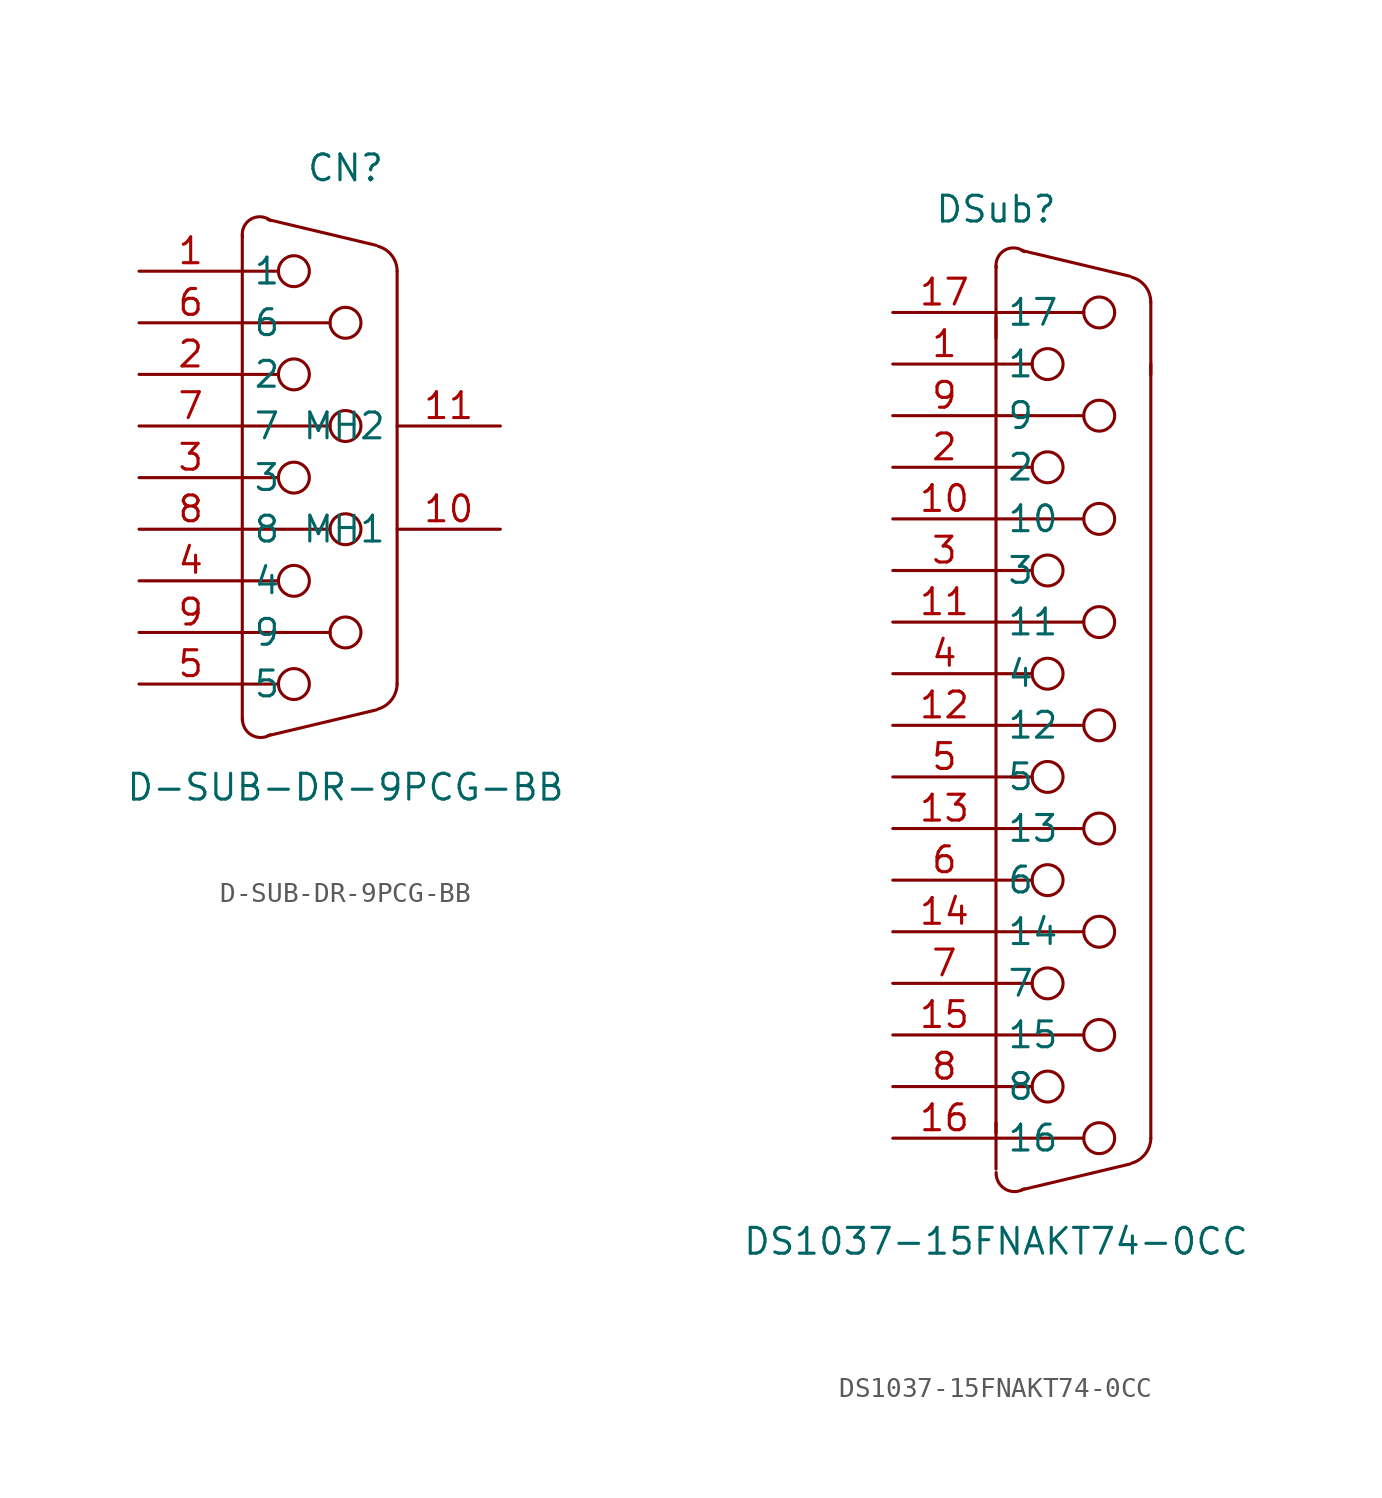
<source format=kicad_sym>
(kicad_symbol_lib
  (version 20211014)
  (generator https://github.com/uPesy/easyeda2kicad.py)
  (symbol "D-SUB-DR-9PCG-BB"
    (property "Reference" "CN"
      (at 0 15.24 0)
      (effects (font (size 1.27 1.27))))
    (property "Value" "D-SUB-DR-9PCG-BB"
      (at 0 -15.24 0)
      (effects (font (size 1.27 1.27))))
    (symbol "D-SUB-DR-9PCG-BB_0_1"
      (circle (center 0.00 -7.62) (radius 0.76) (stroke (width 0) (type default) (color 0 0 0 0)) (fill (type none)))
      (circle (center 0.00 -2.54) (radius 0.76) (stroke (width 0) (type default) (color 0 0 0 0)) (fill (type none)))
      (circle (center 0.00 2.54) (radius 0.76) (stroke (width 0) (type default) (color 0 0 0 0)) (fill (type none)))
      (circle (center 0.00 7.62) (radius 0.76) (stroke (width 0) (type default) (color 0 0 0 0)) (fill (type none)))
      (circle (center -2.54 -10.16) (radius 0.76) (stroke (width 0) (type default) (color 0 0 0 0)) (fill (type none)))
      (circle (center -2.54 -5.08) (radius 0.76) (stroke (width 0) (type default) (color 0 0 0 0)) (fill (type none)))
      (circle (center -2.54 -0.00) (radius 0.76) (stroke (width 0) (type default) (color 0 0 0 0)) (fill (type none)))
      (circle (center -2.54 5.08) (radius 0.76) (stroke (width 0) (type default) (color 0 0 0 0)) (fill (type none)))
      (circle (center -2.54 10.16) (radius 0.76) (stroke (width 0) (type default) (color 0 0 0 0)) (fill (type none)))
      (arc (start 2.54 10.16) (mid 2.24 9.34) (end 1.62 11.38) (stroke (width 0) (type default) (color 0 0 0 0)) (fill (type none)))
      (arc (start -3.69 12.65) (mid -4.96 12.42) (end -5.07 11.85) (stroke (width 0) (type default) (color 0 0 0 0)) (fill (type none)))
      (arc (start 1.60 -11.39) (mid 2.51 -10.41) (end 2.54 -10.16) (stroke (width 0) (type default) (color 0 0 0 0)) (fill (type none)))
      (arc (start -5.07 -11.85) (mid -4.96 -11.46) (end -3.69 -12.65) (stroke (width 0) (type default) (color 0 0 0 0)) (fill (type none)))
      (polyline (pts (xy -3.30 5.08) (xy -5.08 5.08)) (stroke (width 0) (type default) (color 0 0 0 0)) (fill (type none)))
      (polyline (pts (xy -3.30 10.16) (xy -5.08 10.16)) (stroke (width 0) (type default) (color 0 0 0 0)) (fill (type none)))
      (polyline (pts (xy -3.30 -0.00) (xy -5.08 -0.00)) (stroke (width 0) (type default) (color 0 0 0 0)) (fill (type none)))
      (polyline (pts (xy -5.08 7.62) (xy -0.76 7.62)) (stroke (width 0) (type default) (color 0 0 0 0)) (fill (type none)))
      (polyline (pts (xy -3.30 -5.08) (xy -5.08 -5.08)) (stroke (width 0) (type default) (color 0 0 0 0)) (fill (type none)))
      (polyline (pts (xy -5.08 2.54) (xy -0.76 2.54)) (stroke (width 0) (type default) (color 0 0 0 0)) (fill (type none)))
      (polyline (pts (xy -3.30 -10.16) (xy -5.08 -10.16)) (stroke (width 0) (type default) (color 0 0 0 0)) (fill (type none)))
      (polyline (pts (xy -5.08 -2.54) (xy -0.76 -2.54)) (stroke (width 0) (type default) (color 0 0 0 0)) (fill (type none)))
      (polyline (pts (xy -5.08 -7.62) (xy -0.76 -7.62)) (stroke (width 0) (type default) (color 0 0 0 0)) (fill (type none)))
      (polyline (pts (xy -5.08 -10.16) (xy -5.08 10.16)) (stroke (width 0) (type default) (color 0 0 0 0)) (fill (type none)))
      (polyline (pts (xy 2.54 -10.16) (xy 2.54 10.16)) (stroke (width 0) (type default) (color 0 0 0 0)) (fill (type none)))
      (polyline (pts (xy -5.08 11.94) (xy -5.08 10.16)) (stroke (width 0) (type default) (color 0 0 0 0)) (fill (type none)))
      (polyline (pts (xy 1.52 11.43) (xy -3.81 12.70)) (stroke (width 0) (type default) (color 0 0 0 0)) (fill (type none)))
      (polyline (pts (xy -5.08 -11.94) (xy -5.08 -10.16)) (stroke (width 0) (type default) (color 0 0 0 0)) (fill (type none)))
      (polyline (pts (xy 1.52 -11.43) (xy -3.81 -12.70)) (stroke (width 0) (type default) (color 0 0 0 0)) (fill (type none)))
      (pin input line (at -10.16 10.16 0) (length 5.08) (name "1" (effects (font (size 1.27 1.27)))) (number "1" (effects (font (size 1.27 1.27)))))
      (pin input line (at -10.16 5.08 0) (length 5.08) (name "2" (effects (font (size 1.27 1.27)))) (number "2" (effects (font (size 1.27 1.27)))))
      (pin input line (at -10.16 -0.00 0) (length 5.08) (name "3" (effects (font (size 1.27 1.27)))) (number "3" (effects (font (size 1.27 1.27)))))
      (pin input line (at -10.16 -5.08 0) (length 5.08) (name "4" (effects (font (size 1.27 1.27)))) (number "4" (effects (font (size 1.27 1.27)))))
      (pin input line (at -10.16 -10.16 0) (length 5.08) (name "5" (effects (font (size 1.27 1.27)))) (number "5" (effects (font (size 1.27 1.27)))))
      (pin input line (at -10.16 7.62 0) (length 5.08) (name "6" (effects (font (size 1.27 1.27)))) (number "6" (effects (font (size 1.27 1.27)))))
      (pin input line (at -10.16 2.54 0) (length 5.08) (name "7" (effects (font (size 1.27 1.27)))) (number "7" (effects (font (size 1.27 1.27)))))
      (pin input line (at -10.16 -2.54 0) (length 5.08) (name "8" (effects (font (size 1.27 1.27)))) (number "8" (effects (font (size 1.27 1.27)))))
      (pin input line (at -10.16 -7.62 0) (length 5.08) (name "9" (effects (font (size 1.27 1.27)))) (number "9" (effects (font (size 1.27 1.27)))))
      (pin input line (at 7.62 2.54 180) (length 5.08) (name "MH2" (effects (font (size 1.27 1.27)))) (number "11" (effects (font (size 1.27 1.27)))))
      (pin input line (at 7.62 -2.54 180) (length 5.08) (name "MH1" (effects (font (size 1.27 1.27)))) (number "10" (effects (font (size 1.27 1.27)))))))
  (symbol "DS1037-15FNAKT74-0CC"
    (property "Reference" "DSub"
      (at 0 25.40 0)
      (effects (font (size 1.27 1.27))))
    (property "Value" "DS1037-15FNAKT74-0CC"
      (at 0 -25.40 0)
      (effects (font (size 1.27 1.27))))
    (symbol "DS1037-15FNAKT74-0CC_0_1"
      (circle (center 5.08 -0.00) (radius 0.76) (stroke (width 0) (type default) (color 0 0 0 0)) (fill (type none)))
      (circle (center 5.08 5.08) (radius 0.76) (stroke (width 0) (type default) (color 0 0 0 0)) (fill (type none)))
      (circle (center 5.08 10.16) (radius 0.76) (stroke (width 0) (type default) (color 0 0 0 0)) (fill (type none)))
      (circle (center 5.08 15.24) (radius 0.76) (stroke (width 0) (type default) (color 0 0 0 0)) (fill (type none)))
      (circle (center 2.54 2.54) (radius 0.76) (stroke (width 0) (type default) (color 0 0 0 0)) (fill (type none)))
      (circle (center 2.54 7.62) (radius 0.76) (stroke (width 0) (type default) (color 0 0 0 0)) (fill (type none)))
      (circle (center 2.54 12.70) (radius 0.76) (stroke (width 0) (type default) (color 0 0 0 0)) (fill (type none)))
      (circle (center 2.54 17.78) (radius 0.76) (stroke (width 0) (type default) (color 0 0 0 0)) (fill (type none)))
      (circle (center 2.54 -17.78) (radius 0.76) (stroke (width 0) (type default) (color 0 0 0 0)) (fill (type none)))
      (circle (center 5.08 -15.24) (radius 0.76) (stroke (width 0) (type default) (color 0 0 0 0)) (fill (type none)))
      (circle (center 5.08 -10.16) (radius 0.76) (stroke (width 0) (type default) (color 0 0 0 0)) (fill (type none)))
      (circle (center 5.08 -5.08) (radius 0.76) (stroke (width 0) (type default) (color 0 0 0 0)) (fill (type none)))
      (circle (center 2.54 -12.70) (radius 0.76) (stroke (width 0) (type default) (color 0 0 0 0)) (fill (type none)))
      (circle (center 2.54 -7.62) (radius 0.76) (stroke (width 0) (type default) (color 0 0 0 0)) (fill (type none)))
      (circle (center 2.54 -2.54) (radius 0.76) (stroke (width 0) (type default) (color 0 0 0 0)) (fill (type none)))
      (circle (center 5.08 20.32) (radius 0.76) (stroke (width 0) (type default) (color 0 0 0 0)) (fill (type none)))
      (circle (center 5.08 -20.32) (radius 0.76) (stroke (width 0) (type default) (color 0 0 0 0)) (fill (type none)))
      (arc (start 7.62 20.83) (mid 7.32 20.01) (end 6.70 22.05) (stroke (width 0) (type default) (color 0 0 0 0)) (fill (type none)))
      (arc (start 1.39 23.31) (mid 0.12 23.08) (end 0.01 22.52) (stroke (width 0) (type default) (color 0 0 0 0)) (fill (type none)))
      (arc (start 6.68 -21.55) (mid 7.59 -20.57) (end 7.62 -20.32) (stroke (width 0) (type default) (color 0 0 0 0)) (fill (type none)))
      (arc (start 0.01 -22.01) (mid 0.12 -21.62) (end 1.39 -22.81) (stroke (width 0) (type default) (color 0 0 0 0)) (fill (type none)))
      (polyline (pts (xy 1.78 12.70) (xy 0.00 12.70)) (stroke (width 0) (type default) (color 0 0 0 0)) (fill (type none)))
      (polyline (pts (xy 1.78 17.78) (xy 0.00 17.78)) (stroke (width 0) (type default) (color 0 0 0 0)) (fill (type none)))
      (polyline (pts (xy 1.78 7.62) (xy 0.00 7.62)) (stroke (width 0) (type default) (color 0 0 0 0)) (fill (type none)))
      (polyline (pts (xy 0.00 15.24) (xy 4.32 15.24)) (stroke (width 0) (type default) (color 0 0 0 0)) (fill (type none)))
      (polyline (pts (xy 1.78 2.54) (xy 0.00 2.54)) (stroke (width 0) (type default) (color 0 0 0 0)) (fill (type none)))
      (polyline (pts (xy 0.00 10.16) (xy 4.32 10.16)) (stroke (width 0) (type default) (color 0 0 0 0)) (fill (type none)))
      (polyline (pts (xy 1.78 -2.54) (xy 0.00 -2.54)) (stroke (width 0) (type default) (color 0 0 0 0)) (fill (type none)))
      (polyline (pts (xy 0.00 5.08) (xy 4.32 5.08)) (stroke (width 0) (type default) (color 0 0 0 0)) (fill (type none)))
      (polyline (pts (xy 0.00 -0.00) (xy 4.32 -0.00)) (stroke (width 0) (type default) (color 0 0 0 0)) (fill (type none)))
      (polyline (pts (xy 0.00 -17.78) (xy 0.00 17.78)) (stroke (width 0) (type default) (color 0 0 0 0)) (fill (type none)))
      (polyline (pts (xy 7.62 -20.32) (xy 7.62 17.78)) (stroke (width 0) (type default) (color 0 0 0 0)) (fill (type none)))
      (polyline (pts (xy 0.00 20.07) (xy 0.00 17.78)) (stroke (width 0) (type default) (color 0 0 0 0)) (fill (type none)))
      (polyline (pts (xy 0.00 -20.07) (xy 0.00 -17.78)) (stroke (width 0) (type default) (color 0 0 0 0)) (fill (type none)))
      (polyline (pts (xy 6.60 -21.59) (xy 1.27 -22.86)) (stroke (width 0) (type default) (color 0 0 0 0)) (fill (type none)))
      (polyline (pts (xy 1.27 -2.54) (xy 0.76 -2.54)) (stroke (width 0) (type default) (color 0 0 0 0)) (fill (type none)))
      (polyline (pts (xy 1.78 -7.62) (xy 0.00 -7.62)) (stroke (width 0) (type default) (color 0 0 0 0)) (fill (type none)))
      (polyline (pts (xy 0.00 -5.08) (xy 4.32 -5.08)) (stroke (width 0) (type default) (color 0 0 0 0)) (fill (type none)))
      (polyline (pts (xy 1.78 -12.70) (xy 0.00 -12.70)) (stroke (width 0) (type default) (color 0 0 0 0)) (fill (type none)))
      (polyline (pts (xy 0.00 -10.16) (xy 4.32 -10.16)) (stroke (width 0) (type default) (color 0 0 0 0)) (fill (type none)))
      (polyline (pts (xy 1.78 -17.78) (xy 0.00 -17.78)) (stroke (width 0) (type default) (color 0 0 0 0)) (fill (type none)))
      (polyline (pts (xy 0.00 -15.24) (xy 4.32 -15.24)) (stroke (width 0) (type default) (color 0 0 0 0)) (fill (type none)))
      (polyline (pts (xy 0.00 20.32) (xy 4.32 20.32)) (stroke (width 0) (type default) (color 0 0 0 0)) (fill (type none)))
      (polyline (pts (xy 1.27 23.37) (xy 6.60 22.10)) (stroke (width 0) (type default) (color 0 0 0 0)) (fill (type none)))
      (polyline (pts (xy 0.00 22.61) (xy 0.00 19.05)) (stroke (width 0) (type default) (color 0 0 0 0)) (fill (type none)))
      (polyline (pts (xy 7.62 20.83) (xy 7.62 17.27)) (stroke (width 0) (type default) (color 0 0 0 0)) (fill (type none)))
      (polyline (pts (xy 0.00 -20.32) (xy 4.32 -20.32)) (stroke (width 0) (type default) (color 0 0 0 0)) (fill (type none)))
      (polyline (pts (xy 0.00 -21.84) (xy 0.00 -19.56)) (stroke (width 0) (type default) (color 0 0 0 0)) (fill (type none)))
      (pin input line (at -5.08 17.78 0) (length 5.08) (name "1" (effects (font (size 1.27 1.27)))) (number "1" (effects (font (size 1.27 1.27)))))
      (pin input line (at -5.08 12.70 0) (length 5.08) (name "2" (effects (font (size 1.27 1.27)))) (number "2" (effects (font (size 1.27 1.27)))))
      (pin input line (at -5.08 7.62 0) (length 5.08) (name "3" (effects (font (size 1.27 1.27)))) (number "3" (effects (font (size 1.27 1.27)))))
      (pin input line (at -5.08 2.54 0) (length 5.08) (name "4" (effects (font (size 1.27 1.27)))) (number "4" (effects (font (size 1.27 1.27)))))
      (pin input line (at -5.08 -2.54 0) (length 5.08) (name "5" (effects (font (size 1.27 1.27)))) (number "5" (effects (font (size 1.27 1.27)))))
      (pin input line (at -5.08 -7.62 0) (length 5.08) (name "6" (effects (font (size 1.27 1.27)))) (number "6" (effects (font (size 1.27 1.27)))))
      (pin input line (at -5.08 -12.70 0) (length 5.08) (name "7" (effects (font (size 1.27 1.27)))) (number "7" (effects (font (size 1.27 1.27)))))
      (pin input line (at -5.08 -17.78 0) (length 5.08) (name "8" (effects (font (size 1.27 1.27)))) (number "8" (effects (font (size 1.27 1.27)))))
      (pin input line (at -5.08 15.24 0) (length 5.08) (name "9" (effects (font (size 1.27 1.27)))) (number "9" (effects (font (size 1.27 1.27)))))
      (pin input line (at -5.08 10.16 0) (length 5.08) (name "10" (effects (font (size 1.27 1.27)))) (number "10" (effects (font (size 1.27 1.27)))))
      (pin input line (at -5.08 5.08 0) (length 5.08) (name "11" (effects (font (size 1.27 1.27)))) (number "11" (effects (font (size 1.27 1.27)))))
      (pin input line (at -5.08 -0.00 0) (length 5.08) (name "12" (effects (font (size 1.27 1.27)))) (number "12" (effects (font (size 1.27 1.27)))))
      (pin input line (at -5.08 -5.08 0) (length 5.08) (name "13" (effects (font (size 1.27 1.27)))) (number "13" (effects (font (size 1.27 1.27)))))
      (pin input line (at -5.08 -10.16 0) (length 5.08) (name "14" (effects (font (size 1.27 1.27)))) (number "14" (effects (font (size 1.27 1.27)))))
      (pin input line (at -5.08 -15.24 0) (length 5.08) (name "15" (effects (font (size 1.27 1.27)))) (number "15" (effects (font (size 1.27 1.27)))))
      (pin input line (at -5.08 20.32 0) (length 5.08) (name "17" (effects (font (size 1.27 1.27)))) (number "17" (effects (font (size 1.27 1.27)))))
      (pin input line (at -5.08 -20.32 0) (length 5.08) (name "16" (effects (font (size 1.27 1.27)))) (number "16" (effects (font (size 1.27 1.27))))))))
</source>
